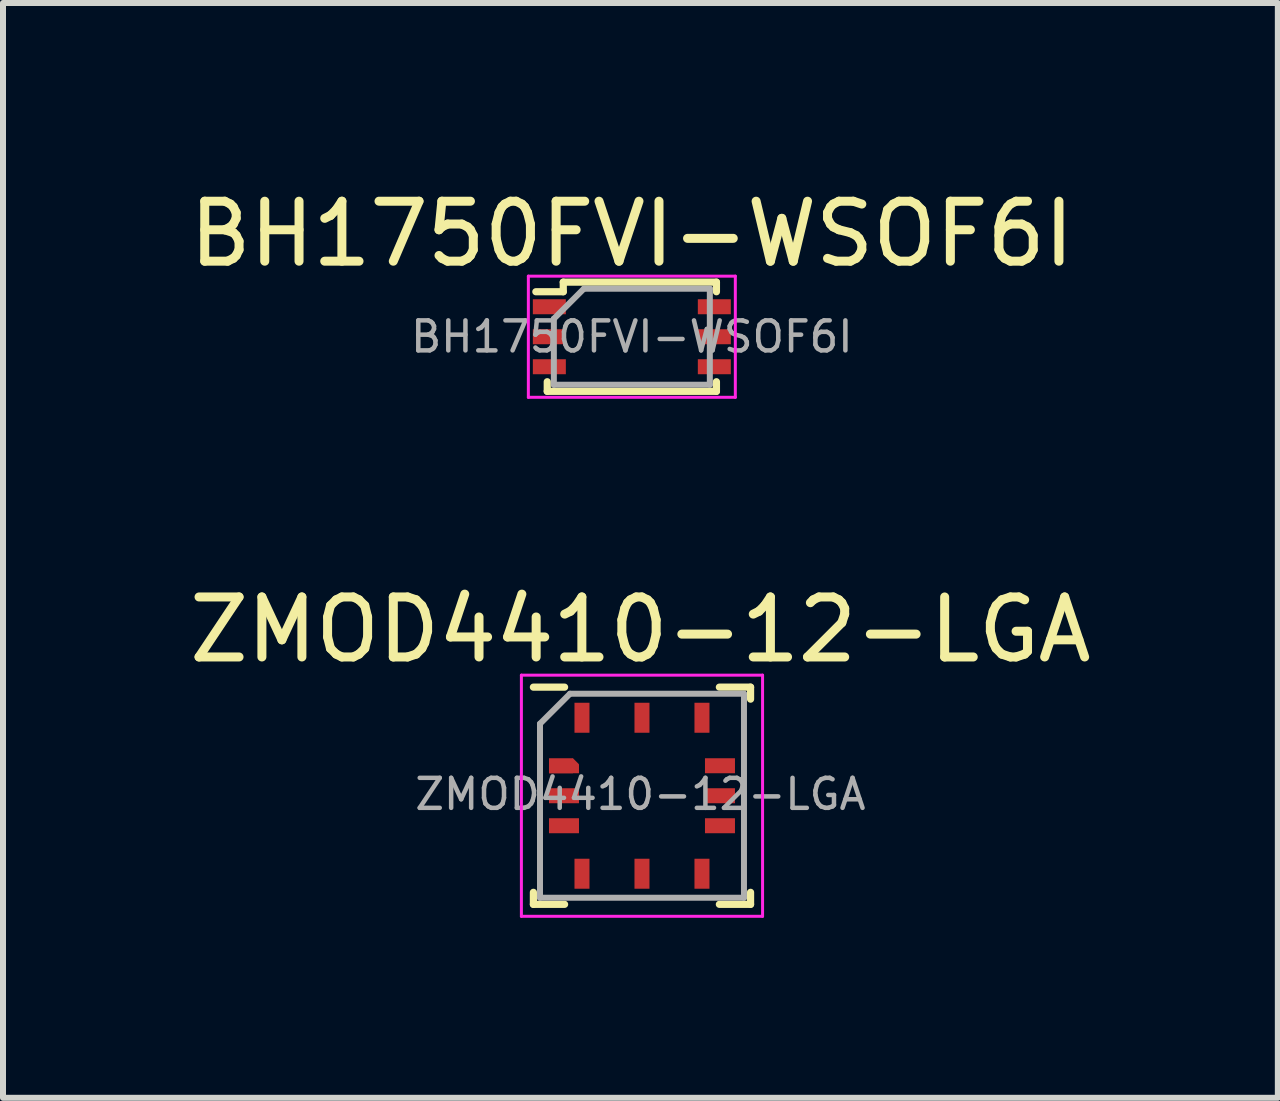
<source format=kicad_pcb>
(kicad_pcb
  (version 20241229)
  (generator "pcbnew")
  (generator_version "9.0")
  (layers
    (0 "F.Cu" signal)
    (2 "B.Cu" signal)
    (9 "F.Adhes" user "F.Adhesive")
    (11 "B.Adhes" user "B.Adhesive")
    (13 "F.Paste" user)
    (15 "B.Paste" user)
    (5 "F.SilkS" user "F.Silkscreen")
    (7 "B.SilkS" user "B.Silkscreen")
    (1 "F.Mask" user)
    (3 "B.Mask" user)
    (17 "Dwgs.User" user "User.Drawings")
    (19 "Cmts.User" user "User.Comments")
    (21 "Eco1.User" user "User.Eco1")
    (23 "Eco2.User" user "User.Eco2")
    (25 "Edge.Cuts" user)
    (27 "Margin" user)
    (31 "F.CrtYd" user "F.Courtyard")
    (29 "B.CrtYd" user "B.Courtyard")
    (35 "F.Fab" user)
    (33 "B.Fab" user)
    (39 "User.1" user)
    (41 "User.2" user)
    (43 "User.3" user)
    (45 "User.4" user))
  (footprint "ZMOD4410-12-LGA"
    (layer "F.Cu")
    (at 7.651 10.214)
    (property "Reference" "ZMOD4410-12-LGA" (at -0.026 -2.768 0) (layer "F.SilkS") (effects (font (size 1 1) (thickness 0.15))))
    (attr through_hole)
    (fp_line (start -1.81 -1.81) (end -1.29 -1.81) (stroke (width 0.12) (type solid)) (layer "F.SilkS"))
    (fp_line (start -1.81 1.81) (end -1.81 1.61) (stroke (width 0.12) (type solid)) (layer "F.SilkS"))
    (fp_line (start -1.81 1.81) (end -1.29 1.81) (stroke (width 0.12) (type solid)) (layer "F.SilkS"))
    (fp_line (start 1.81 -1.81) (end 1.29 -1.81) (stroke (width 0.12) (type solid)) (layer "F.SilkS"))
    (fp_line (start 1.81 -1.61) (end 1.81 -1.81) (stroke (width 0.12) (type solid)) (layer "F.SilkS"))
    (fp_line (start 1.81 1.81) (end 1.29 1.81) (stroke (width 0.12) (type solid)) (layer "F.SilkS"))
    (fp_line (start 1.81 1.81) (end 1.81 1.61) (stroke (width 0.12) (type solid)) (layer "F.SilkS"))
    (fp_line (start -2.01 -2.01) (end -2.01 2.01) (stroke (width 0.05) (type solid)) (layer "F.CrtYd"))
    (fp_line (start -2.01 -2.01) (end 2.01 -2.01) (stroke (width 0.05) (type solid)) (layer "F.CrtYd"))
    (fp_line (start -2.01 2.01) (end 2.01 2.01) (stroke (width 0.05) (type solid)) (layer "F.CrtYd"))
    (fp_line (start 2.01 -2.01) (end 2.01 2.01) (stroke (width 0.05) (type solid)) (layer "F.CrtYd"))
    (fp_line (start -1.7 -1.2) (end -1.7 1.7) (stroke (width 0.1) (type solid)) (layer "F.Fab"))
    (fp_line (start -1.2 -1.7) (end -1.7 -1.2) (stroke (width 0.1) (type solid)) (layer "F.Fab"))
    (fp_line (start 1.7 -1.7) (end -1.2 -1.7) (stroke (width 0.1) (type solid)) (layer "F.Fab"))
    (fp_line (start 1.7 -1.7) (end 1.7 1.7) (stroke (width 0.1) (type solid)) (layer "F.Fab"))
    (fp_line (start 1.7 1.7) (end -1.7 1.7) (stroke (width 0.1) (type solid)) (layer "F.Fab"))
    (fp_text user "${REFERENCE}" (at -0.026 -0.026 0) (layer "F.Fab") (effects (font (size 0.5 0.5) (thickness 0.075))))
    (pad "1" smd rect (at -1.35 -0.5 180) (size 0.4 0.25) (layers "F.Cu" "F.Mask" "F.Paste"))
    (pad "1" smd rect (at -1.3 -0.45 180) (size 0.5 0.15) (layers "F.Cu" "F.Mask" "F.Paste"))
    (pad "1" smd rect (at -1.15 -0.525 225) (size 0.141 0.141) (layers "F.Cu" "F.Mask" "F.Paste"))
    (pad "2" smd rect (at -1.3 0) (size 0.5 0.25) (layers "F.Cu" "F.Mask" "F.Paste"))
    (pad "3" smd rect (at -1.3 0.5) (size 0.5 0.25) (layers "F.Cu" "F.Mask" "F.Paste"))
    (pad "4" smd rect (at -1 1.3 90) (size 0.5 0.25) (layers "F.Cu" "F.Mask" "F.Paste"))
    (pad "5" smd rect (at 0 1.3 90) (size 0.5 0.25) (layers "F.Cu" "F.Mask" "F.Paste"))
    (pad "6" smd rect (at 1 1.3 90) (size 0.5 0.25) (layers "F.Cu" "F.Mask" "F.Paste"))
    (pad "7" smd rect (at 1.3 0.5) (size 0.5 0.25) (layers "F.Cu" "F.Mask" "F.Paste"))
    (pad "8" smd rect (at 1.3 0) (size 0.5 0.25) (layers "F.Cu" "F.Mask" "F.Paste"))
    (pad "9" smd rect (at 1.3 -0.5) (size 0.5 0.25) (layers "F.Cu" "F.Mask" "F.Paste"))
    (pad "10" smd rect (at 1 -1.3 90) (size 0.5 0.25) (layers "F.Cu" "F.Mask" "F.Paste"))
    (pad "11" smd rect (at 0 -1.3 90) (size 0.5 0.25) (layers "F.Cu" "F.Mask" "F.Paste"))
    (pad "12" smd rect (at -1 -1.3 90) (size 0.5 0.25) (layers "F.Cu" "F.Mask" "F.Paste")))
  (footprint "BH1750FVI-WSOF6I"
    (layer "F.Cu")
    (at 7.482 2.563)
    (property "Reference" "BH1750FVI-WSOF6I" (at 0 -1.714 0) (layer "F.SilkS") (effects (font (size 1 1) (thickness 0.15))))
    (attr through_hole)
    (fp_line (start -1.6 -0.75) (end -1.143 -0.75) (stroke (width 0.12) (type solid)) (layer "F.SilkS"))
    (fp_line (start -1.41 0.91) (end -1.41 0.75) (stroke (width 0.12) (type solid)) (layer "F.SilkS"))
    (fp_line (start -1.143 -0.91) (end -1.143 -0.75) (stroke (width 0.12) (type solid)) (layer "F.SilkS"))
    (fp_line (start 1.41 -0.91) (end -1.143 -0.91) (stroke (width 0.12) (type solid)) (layer "F.SilkS"))
    (fp_line (start 1.41 -0.91) (end 1.41 -0.75) (stroke (width 0.12) (type solid)) (layer "F.SilkS"))
    (fp_line (start 1.41 0.75) (end 1.41 0.91) (stroke (width 0.12) (type solid)) (layer "F.SilkS"))
    (fp_line (start 1.41 0.91) (end -1.41 0.91) (stroke (width 0.12) (type solid)) (layer "F.SilkS"))
    (fp_line (start -1.725 -1.01) (end 1.725 -1.01) (stroke (width 0.05) (type solid)) (layer "F.CrtYd"))
    (fp_line (start -1.725 1.01) (end -1.725 -1.01) (stroke (width 0.05) (type solid)) (layer "F.CrtYd"))
    (fp_line (start -1.725 1.01) (end 1.725 1.01) (stroke (width 0.05) (type solid)) (layer "F.CrtYd"))
    (fp_line (start 1.725 1.01) (end 1.725 -1.01) (stroke (width 0.05) (type solid)) (layer "F.CrtYd"))
    (fp_line (start -1.3 -0.3) (end -0.8 -0.8) (stroke (width 0.1) (type solid)) (layer "F.Fab"))
    (fp_line (start -1.3 0.8) (end -1.3 -0.3) (stroke (width 0.1) (type solid)) (layer "F.Fab"))
    (fp_line (start -1.3 0.8) (end 1.3 0.8) (stroke (width 0.1) (type solid)) (layer "F.Fab"))
    (fp_line (start -0.8 -0.8) (end 1.3 -0.8) (stroke (width 0.1) (type solid)) (layer "F.Fab"))
    (fp_line (start 1.3 0.8) (end 1.3 -0.8) (stroke (width 0.1) (type solid)) (layer "F.Fab"))
    (fp_text user "${REFERENCE}" (at 0 0 0) (layer "F.Fab") (effects (font (size 0.5 0.5) (thickness 0.075))))
    (pad "1" smd rect (at -1.375 -0.5 180) (size 0.55 0.25) (layers "F.Cu" "F.Mask" "F.Paste"))
    (pad "2" smd rect (at -1.375 0 180) (size 0.55 0.25) (layers "F.Cu" "F.Mask" "F.Paste"))
    (pad "3" smd rect (at -1.375 0.5 180) (size 0.55 0.25) (layers "F.Cu" "F.Mask" "F.Paste"))
    (pad "4" smd rect (at 1.375 0.5 180) (size 0.55 0.25) (layers "F.Cu" "F.Mask" "F.Paste"))
    (pad "5" smd rect (at 1.375 0 180) (size 0.55 0.25) (layers "F.Cu" "F.Mask" "F.Paste"))
    (pad "6" smd rect (at 1.375 -0.5 180) (size 0.55 0.25) (layers "F.Cu" "F.Mask" "F.Paste")))
  (gr_rect
    (start -3 -3)
    (end 18.25 15.249)
    (stroke (width 0.1) (type default))
    (fill no)
    (layer "Edge.Cuts")))
</source>
